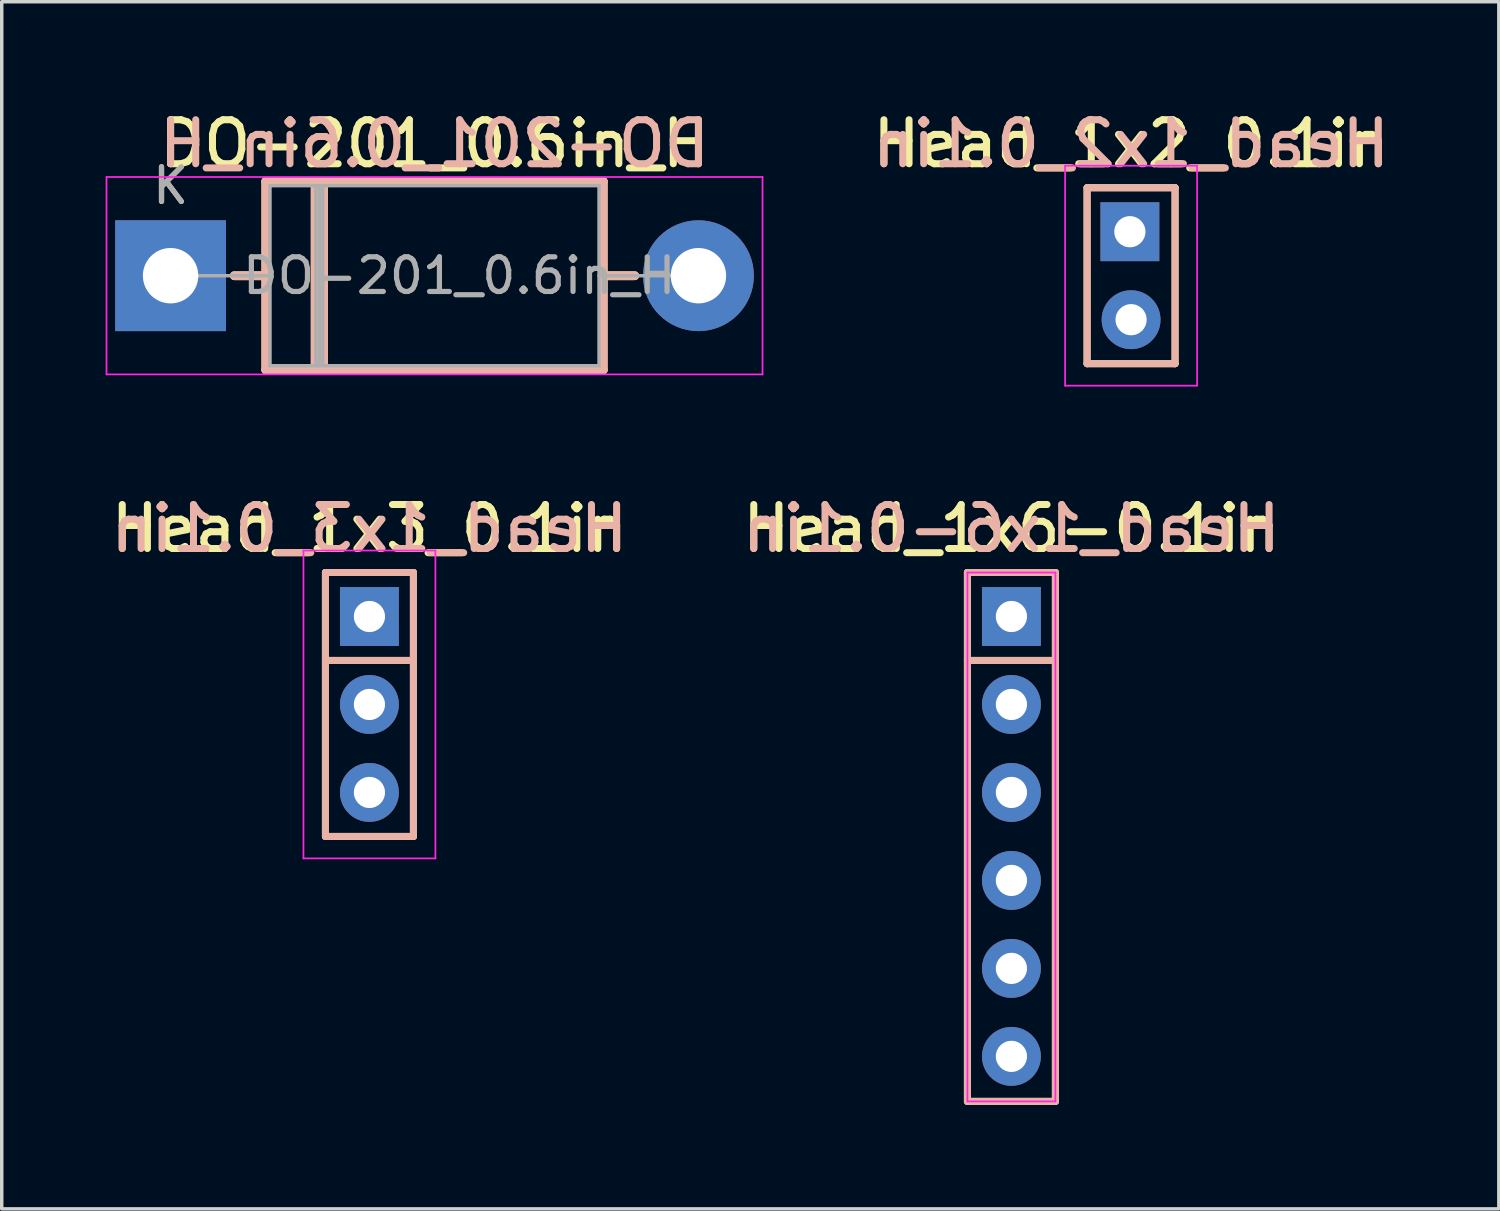
<source format=kicad_pcb>
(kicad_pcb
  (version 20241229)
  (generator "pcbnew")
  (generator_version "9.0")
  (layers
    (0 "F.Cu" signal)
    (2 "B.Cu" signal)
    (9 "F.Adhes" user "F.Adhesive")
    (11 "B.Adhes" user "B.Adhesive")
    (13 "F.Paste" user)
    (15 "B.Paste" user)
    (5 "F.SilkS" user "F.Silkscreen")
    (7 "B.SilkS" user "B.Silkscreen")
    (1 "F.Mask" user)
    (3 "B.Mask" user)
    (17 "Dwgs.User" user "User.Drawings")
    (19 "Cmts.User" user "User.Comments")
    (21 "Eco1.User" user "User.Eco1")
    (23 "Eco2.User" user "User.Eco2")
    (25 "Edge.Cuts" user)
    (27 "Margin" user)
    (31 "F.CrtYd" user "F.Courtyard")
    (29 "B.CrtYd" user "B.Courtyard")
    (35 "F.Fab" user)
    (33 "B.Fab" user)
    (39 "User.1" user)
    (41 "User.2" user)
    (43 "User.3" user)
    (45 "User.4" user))
  (footprint "Head_1x3_0.1in"
    (layer "F.Cu")
    (at 7.616 14.749)
    (property "Reference" "Head_1x3_0.1in" (at 0 -2.54 0) (layer "F.SilkS") (effects (font (size 1.27 1.27) (thickness 0.203))))
    (attr through_hole)
    (fp_line (start -1.27 -1.27) (end 1.27 -1.27) (stroke (width 0.203) (type solid)) (layer "F.SilkS"))
    (fp_line (start -1.27 6.35) (end -1.27 -1.27) (stroke (width 0.203) (type solid)) (layer "F.SilkS"))
    (fp_line (start 1.27 -1.27) (end 1.27 6.35) (stroke (width 0.203) (type solid)) (layer "F.SilkS"))
    (fp_line (start 1.27 1.27) (end -1.27 1.27) (stroke (width 0.203) (type solid)) (layer "F.SilkS"))
    (fp_line (start 1.27 6.35) (end -1.27 6.35) (stroke (width 0.203) (type solid)) (layer "F.SilkS"))
    (fp_line (start -1.27 -1.27) (end 1.27 -1.27) (stroke (width 0.203) (type solid)) (layer "B.SilkS"))
    (fp_line (start -1.27 6.35) (end -1.27 -1.27) (stroke (width 0.203) (type solid)) (layer "B.SilkS"))
    (fp_line (start 1.27 -1.27) (end 1.27 6.35) (stroke (width 0.203) (type solid)) (layer "B.SilkS"))
    (fp_line (start 1.27 1.27) (end -1.27 1.27) (stroke (width 0.203) (type solid)) (layer "B.SilkS"))
    (fp_line (start 1.27 6.35) (end -1.27 6.35) (stroke (width 0.203) (type solid)) (layer "B.SilkS"))
    (fp_line (start -1.905 -1.905) (end -1.905 6.985) (stroke (width 0.05) (type solid)) (layer "F.CrtYd"))
    (fp_line (start 1.905 -1.905) (end -1.905 -1.905) (stroke (width 0.05) (type solid)) (layer "F.CrtYd"))
    (fp_line (start 1.905 6.985) (end -1.905 6.985) (stroke (width 0.05) (type solid)) (layer "F.CrtYd"))
    (fp_line (start 1.905 6.985) (end 1.905 -1.905) (stroke (width 0.05) (type solid)) (layer "F.CrtYd"))
    (fp_text user "${Reference}" (at 0 -2.54 0) (unlocked yes) (layer "B.SilkS") (effects (font (size 1.27 1.27) (thickness 0.203)) (justify mirror)))
    (pad "1" thru_hole rect (at 0 0) (size 1.7 1.7) (drill 0.9) (layers "*.Cu" "*.Mask"))
    (pad "2" thru_hole oval (at 0 2.54) (size 1.7 1.7) (drill 0.9) (layers "*.Cu" "*.Mask"))
    (pad "3" thru_hole oval (at 0 5.08) (size 1.7 1.7) (drill 0.9) (layers "*.Cu" "*.Mask")))
  (footprint "Head_1x6-0.1in"
    (layer "F.Cu")
    (at 26.151 14.749)
    (property "Reference" "Head_1x6-0.1in" (at 0 -2.54 0) (layer "F.SilkS") (effects (font (size 1.27 1.27) (thickness 0.203))))
    (attr through_hole)
    (fp_line (start -1.27 -1.27) (end 1.27 -1.27) (stroke (width 0.203) (type solid)) (layer "F.SilkS"))
    (fp_line (start -1.27 14) (end -1.27 -1.27) (stroke (width 0.203) (type solid)) (layer "F.SilkS"))
    (fp_line (start 1.27 -1.27) (end 1.27 14) (stroke (width 0.203) (type solid)) (layer "F.SilkS"))
    (fp_line (start 1.27 1.27) (end -1.27 1.27) (stroke (width 0.203) (type solid)) (layer "F.SilkS"))
    (fp_line (start 1.27 14) (end -1.27 14) (stroke (width 0.203) (type solid)) (layer "F.SilkS"))
    (fp_line (start -1.27 -1.27) (end 1.27 -1.27) (stroke (width 0.203) (type solid)) (layer "B.SilkS"))
    (fp_line (start -1.27 14) (end -1.27 -1.27) (stroke (width 0.203) (type solid)) (layer "B.SilkS"))
    (fp_line (start 1.27 -1.27) (end 1.27 14) (stroke (width 0.203) (type solid)) (layer "B.SilkS"))
    (fp_line (start 1.27 1.27) (end -1.27 1.27) (stroke (width 0.203) (type solid)) (layer "B.SilkS"))
    (fp_line (start 1.27 14) (end -1.27 14) (stroke (width 0.203) (type solid)) (layer "B.SilkS"))
    (fp_line (start -1.27 -1.27) (end -1.27 14) (stroke (width 0.05) (type solid)) (layer "F.CrtYd"))
    (fp_line (start 1.27 -1.27) (end -1.27 -1.27) (stroke (width 0.05) (type solid)) (layer "F.CrtYd"))
    (fp_line (start 1.27 14) (end -1.27 14) (stroke (width 0.05) (type solid)) (layer "F.CrtYd"))
    (fp_line (start 1.27 14) (end 1.27 -1.27) (stroke (width 0.05) (type solid)) (layer "F.CrtYd"))
    (fp_text user "${Reference}" (at 0 -2.54 0) (unlocked yes) (layer "B.SilkS") (effects (font (size 1.27 1.27) (thickness 0.203)) (justify mirror)))
    (pad "1" thru_hole rect (at 0 0) (size 1.7 1.7) (drill 0.9) (layers "*.Cu" "*.Mask"))
    (pad "2" thru_hole oval (at 0 2.54) (size 1.7 1.7) (drill 0.9) (layers "*.Cu" "*.Mask"))
    (pad "3" thru_hole oval (at 0 5.08) (size 1.7 1.7) (drill 0.9) (layers "*.Cu" "*.Mask"))
    (pad "4" thru_hole oval (at 0 7.62) (size 1.7 1.7) (drill 0.9) (layers "*.Cu" "*.Mask"))
    (pad "5" thru_hole oval (at 0 10.16) (size 1.7 1.7) (drill 0.9) (layers "*.Cu" "*.Mask"))
    (pad "6" thru_hole oval (at 0 12.7) (size 1.7 1.7) (drill 0.9) (layers "*.Cu" "*.Mask")))
  (footprint "DO-201_0.6in_H"
    (layer "F.Cu")
    (at 9.495 4.91)
    (property "Reference" "DO-201_0.6in_H" (at 0 -3.81 0) (layer "F.SilkS") (effects (font (size 1.27 1.27) (thickness 0.203))))
    (attr through_hole)
    (fp_line (start -5.78 0) (end -4.87 0) (stroke (width 0.254) (type solid)) (layer "F.SilkS"))
    (fp_line (start -4.87 -2.72) (end -4.87 2.72) (stroke (width 0.254) (type solid)) (layer "F.SilkS"))
    (fp_line (start -4.87 2.72) (end 4.87 2.72) (stroke (width 0.254) (type solid)) (layer "F.SilkS"))
    (fp_line (start -3.445 -2.72) (end -3.445 2.72) (stroke (width 0.254) (type solid)) (layer "F.SilkS"))
    (fp_line (start -3.325 -2.72) (end -3.325 2.72) (stroke (width 0.254) (type solid)) (layer "F.SilkS"))
    (fp_line (start -3.205 -2.72) (end -3.205 2.72) (stroke (width 0.254) (type solid)) (layer "F.SilkS"))
    (fp_line (start 4.87 -2.72) (end -4.87 -2.72) (stroke (width 0.254) (type solid)) (layer "F.SilkS"))
    (fp_line (start 4.87 2.72) (end 4.87 -2.72) (stroke (width 0.254) (type solid)) (layer "F.SilkS"))
    (fp_line (start 5.78 0) (end 4.87 0) (stroke (width 0.254) (type solid)) (layer "F.SilkS"))
    (fp_line (start -5.78 0) (end -4.87 0) (stroke (width 0.254) (type solid)) (layer "B.SilkS"))
    (fp_line (start -4.87 -2.72) (end -4.87 2.72) (stroke (width 0.254) (type solid)) (layer "B.SilkS"))
    (fp_line (start -4.87 2.72) (end 4.87 2.72) (stroke (width 0.254) (type solid)) (layer "B.SilkS"))
    (fp_line (start -3.445 -2.72) (end -3.445 2.72) (stroke (width 0.254) (type solid)) (layer "B.SilkS"))
    (fp_line (start -3.325 -2.72) (end -3.325 2.72) (stroke (width 0.254) (type solid)) (layer "B.SilkS"))
    (fp_line (start -3.205 -2.72) (end -3.205 2.72) (stroke (width 0.254) (type solid)) (layer "B.SilkS"))
    (fp_line (start 4.87 -2.72) (end -4.87 -2.72) (stroke (width 0.254) (type solid)) (layer "B.SilkS"))
    (fp_line (start 4.87 2.72) (end 4.87 -2.72) (stroke (width 0.254) (type solid)) (layer "B.SilkS"))
    (fp_line (start 5.78 0) (end 4.87 0) (stroke (width 0.254) (type solid)) (layer "B.SilkS"))
    (fp_line (start -9.47 -2.85) (end -9.47 2.85) (stroke (width 0.05) (type solid)) (layer "F.CrtYd"))
    (fp_line (start -9.47 2.85) (end 9.47 2.85) (stroke (width 0.05) (type solid)) (layer "F.CrtYd"))
    (fp_line (start 9.47 -2.85) (end -9.47 -2.85) (stroke (width 0.05) (type solid)) (layer "F.CrtYd"))
    (fp_line (start 9.47 2.85) (end 9.47 -2.85) (stroke (width 0.05) (type solid)) (layer "F.CrtYd"))
    (fp_line (start -7.62 0) (end -4.75 0) (stroke (width 0.1) (type solid)) (layer "F.Fab"))
    (fp_line (start -4.75 -2.6) (end -4.75 2.6) (stroke (width 0.1) (type solid)) (layer "F.Fab"))
    (fp_line (start -4.75 2.6) (end 4.75 2.6) (stroke (width 0.1) (type solid)) (layer "F.Fab"))
    (fp_line (start -3.425 -2.6) (end -3.425 2.6) (stroke (width 0.1) (type solid)) (layer "F.Fab"))
    (fp_line (start -3.325 -2.6) (end -3.325 2.6) (stroke (width 0.1) (type solid)) (layer "F.Fab"))
    (fp_line (start -3.225 -2.6) (end -3.225 2.6) (stroke (width 0.1) (type solid)) (layer "F.Fab"))
    (fp_line (start 4.75 -2.6) (end -4.75 -2.6) (stroke (width 0.1) (type solid)) (layer "F.Fab"))
    (fp_line (start 4.75 2.6) (end 4.75 -2.6) (stroke (width 0.1) (type solid)) (layer "F.Fab"))
    (fp_line (start 7.62 0) (end 4.75 0) (stroke (width 0.1) (type solid)) (layer "F.Fab"))
    (fp_text user "K" (at -7.62 -2.6 0) (layer "F.SilkS") (effects (font (size 1 1) (thickness 0.15))))
    (fp_text user "${Reference}" (at 0 -3.81 0) (unlocked yes) (layer "B.SilkS") (effects (font (size 1.27 1.27) (thickness 0.203)) (justify mirror)))
    (fp_text user "K" (at -7.62 -2.6 0) (layer "F.Fab") (effects (font (size 1 1) (thickness 0.15))))
    (fp_text user "${REFERENCE}" (at 0.713 0 0) (layer "F.Fab") (effects (font (size 1 1) (thickness 0.15))))
    (pad "1" thru_hole rect (at -7.62 0) (size 3.2 3.2) (drill 1.6) (layers "*.Cu" "*.Mask"))
    (pad "2" thru_hole oval (at 7.62 0) (size 3.2 3.2) (drill 1.6) (layers "*.Cu" "*.Mask")))
  (footprint "Head_1x2_0.1in"
    (layer "F.Cu")
    (at 29.606 3.64)
    (property "Reference" "Head_1x2_0.1in" (at 0 -2.54 0) (layer "F.SilkS") (effects (font (size 1.27 1.27) (thickness 0.203))))
    (attr through_hole)
    (fp_line (start -1.27 -1.27) (end 1.27 -1.27) (stroke (width 0.203) (type solid)) (layer "F.SilkS"))
    (fp_line (start -1.27 3.81) (end -1.27 -1.27) (stroke (width 0.203) (type solid)) (layer "F.SilkS"))
    (fp_line (start 1.27 -1.27) (end 1.27 3.81) (stroke (width 0.203) (type solid)) (layer "F.SilkS"))
    (fp_line (start 1.27 3.81) (end -1.27 3.81) (stroke (width 0.203) (type solid)) (layer "F.SilkS"))
    (fp_line (start -1.27 -1.27) (end 1.27 -1.27) (stroke (width 0.203) (type solid)) (layer "B.SilkS"))
    (fp_line (start -1.27 3.81) (end -1.27 -1.27) (stroke (width 0.203) (type solid)) (layer "B.SilkS"))
    (fp_line (start 1.27 -1.27) (end 1.27 3.81) (stroke (width 0.203) (type solid)) (layer "B.SilkS"))
    (fp_line (start 1.27 3.81) (end -1.27 3.81) (stroke (width 0.203) (type solid)) (layer "B.SilkS"))
    (fp_line (start -1.905 -1.905) (end -1.905 4.445) (stroke (width 0.05) (type solid)) (layer "F.CrtYd"))
    (fp_line (start 1.905 -1.905) (end -1.905 -1.905) (stroke (width 0.05) (type solid)) (layer "F.CrtYd"))
    (fp_line (start 1.905 4.445) (end -1.905 4.445) (stroke (width 0.05) (type solid)) (layer "F.CrtYd"))
    (fp_line (start 1.905 4.445) (end 1.905 -1.905) (stroke (width 0.05) (type solid)) (layer "F.CrtYd"))
    (fp_text user "${Reference}" (at 0 -2.54 0) (unlocked yes) (layer "B.SilkS") (effects (font (size 1.27 1.27) (thickness 0.203)) (justify mirror)))
    (pad "1" thru_hole rect (at -0.035 0) (size 1.7 1.7) (drill 0.9) (layers "*.Cu" "*.Mask"))
    (pad "2" thru_hole oval (at 0 2.54) (size 1.7 1.7) (drill 0.9) (layers "*.Cu" "*.Mask")))
  (gr_rect
    (start -3 -3)
    (end 40.223 31.851)
    (stroke (width 0.1) (type default))
    (fill no)
    (layer "Edge.Cuts")))
</source>
